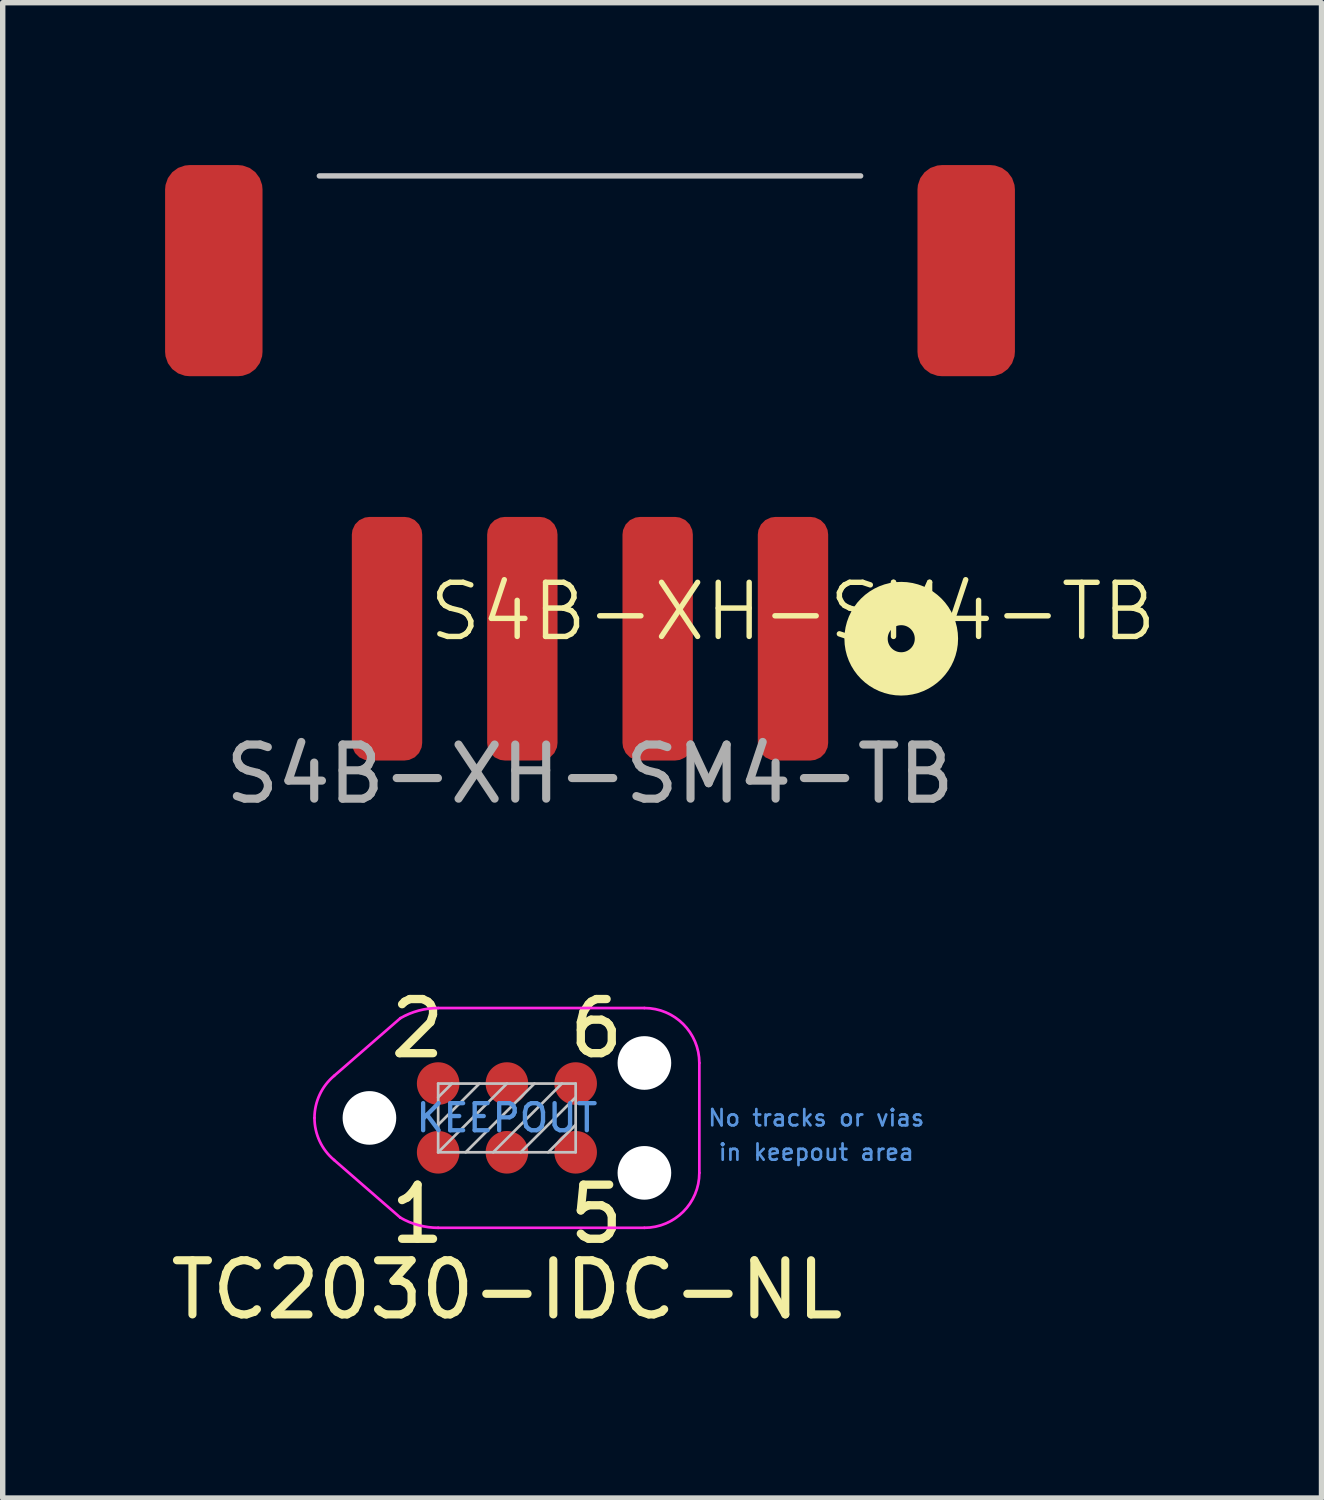
<source format=kicad_pcb>
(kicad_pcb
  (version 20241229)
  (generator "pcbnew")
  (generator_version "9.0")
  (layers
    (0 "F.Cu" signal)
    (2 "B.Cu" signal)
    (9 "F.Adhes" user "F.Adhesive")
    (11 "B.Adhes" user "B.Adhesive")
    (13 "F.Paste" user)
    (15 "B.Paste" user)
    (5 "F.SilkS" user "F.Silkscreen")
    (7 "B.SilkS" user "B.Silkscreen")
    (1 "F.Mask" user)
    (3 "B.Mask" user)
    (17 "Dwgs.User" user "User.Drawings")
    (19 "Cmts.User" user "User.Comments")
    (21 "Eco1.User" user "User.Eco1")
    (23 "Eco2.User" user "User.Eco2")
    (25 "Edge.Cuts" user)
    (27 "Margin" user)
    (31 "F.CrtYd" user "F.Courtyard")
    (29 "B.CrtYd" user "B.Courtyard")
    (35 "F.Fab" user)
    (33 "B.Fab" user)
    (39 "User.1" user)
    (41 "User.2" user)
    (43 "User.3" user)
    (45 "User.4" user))
  (footprint "TC2030-IDC-NL"
    (layer "F.Cu")
    (at 6.315 17.603)
    (property "Reference" "TC2030-IDC-NL" (at 0 3.175 0) (layer "F.SilkS") (effects (font (size 1 1) (thickness 0.15))))
    (attr exclude_from_pos_files exclude_from_bom)
    (fp_line (start -1.27 -0.381) (end -1.016 -0.635) (stroke (width 0.05) (type solid)) (layer "Dwgs.User"))
    (fp_line (start -1.27 0.127) (end -0.508 -0.635) (stroke (width 0.05) (type solid)) (layer "Dwgs.User"))
    (fp_line (start -1.27 0.635) (end -1.27 -0.635) (stroke (width 0.05) (type solid)) (layer "Dwgs.User"))
    (fp_line (start -1.27 0.635) (end 0 -0.635) (stroke (width 0.05) (type solid)) (layer "Dwgs.User"))
    (fp_line (start -0.762 0.635) (end 0.508 -0.635) (stroke (width 0.05) (type solid)) (layer "Dwgs.User"))
    (fp_line (start -0.254 0.635) (end 1.016 -0.635) (stroke (width 0.05) (type solid)) (layer "Dwgs.User"))
    (fp_line (start 0.254 0.635) (end 1.27 -0.381) (stroke (width 0.05) (type solid)) (layer "Dwgs.User"))
    (fp_line (start 0.762 0.635) (end 1.27 0.127) (stroke (width 0.05) (type solid)) (layer "Dwgs.User"))
    (fp_line (start 1.27 -0.635) (end -1.27 -0.635) (stroke (width 0.05) (type solid)) (layer "Dwgs.User"))
    (fp_line (start 1.27 -0.635) (end 1.27 0.635) (stroke (width 0.05) (type solid)) (layer "Dwgs.User"))
    (fp_line (start 1.27 0.635) (end -1.27 0.635) (stroke (width 0.05) (type solid)) (layer "Dwgs.User"))
    (fp_line (start -3.192 0.778) (end -1.968 1.843) (stroke (width 0.05) (type solid)) (layer "F.CrtYd"))
    (fp_line (start -1.968 -1.843) (end -3.192 -0.778) (stroke (width 0.05) (type solid)) (layer "F.CrtYd"))
    (fp_line (start 2.54 -2.03) (end -1.27 -2.03) (stroke (width 0.05) (type solid)) (layer "F.CrtYd"))
    (fp_line (start 2.54 2.03) (end -1.27 2.03) (stroke (width 0.05) (type solid)) (layer "F.CrtYd"))
    (fp_line (start 3.555 -1.015) (end 3.555 1.015) (stroke (width 0.05) (type solid)) (layer "F.CrtYd"))
    (fp_arc (start -3.555 0) (mid -3.459902 -0.428958) (end -3.192429 -0.777535) (stroke (width 0.05) (type solid)) (layer "F.CrtYd"))
    (fp_arc (start -3.192429 0.777535) (mid -3.459902 0.428958) (end -3.555 0) (stroke (width 0.05) (type solid)) (layer "F.CrtYd"))
    (fp_arc (start -1.9675 -1.843105) (mid -1.631053 -1.982466) (end -1.27 -2.03) (stroke (width 0.05) (type solid)) (layer "F.CrtYd"))
    (fp_arc (start -1.27 2.03) (mid -1.631053 1.982466) (end -1.9675 1.843105) (stroke (width 0.05) (type solid)) (layer "F.CrtYd"))
    (fp_arc (start 2.54 -2.03) (mid 3.257713 -1.732713) (end 3.555 -1.015) (stroke (width 0.05) (type solid)) (layer "F.CrtYd"))
    (fp_arc (start 3.555 1.015) (mid 3.257713 1.732713) (end 2.54 2.03) (stroke (width 0.05) (type solid)) (layer "F.CrtYd"))
    (fp_text user "2" (at -1.651 -1.651 0) (layer "F.SilkS") (effects (font (size 1 1) (thickness 0.153))))
    (fp_text user "1" (at -1.651 1.778 0) (layer "F.SilkS") (effects (font (size 1 1) (thickness 0.153))))
    (fp_text user "6" (at 1.651 -1.651 0) (layer "F.SilkS") (effects (font (size 1 1) (thickness 0.153))))
    (fp_text user "5" (at 1.651 1.778 0) (layer "F.SilkS") (effects (font (size 1 1) (thickness 0.153) (bold yes))))
    (fp_text user "in keepout area" (at 5.715 0.635 0) (layer "Cmts.User") (effects (font (size 0.3 0.3) (thickness 0.05))))
    (fp_text user "KEEPOUT" (at 0 0 0) (layer "Cmts.User") (effects (font (size 0.5 0.5) (thickness 0.08))))
    (fp_text user "No tracks or vias" (at 5.715 0 0) (layer "Cmts.User") (effects (font (size 0.3 0.3) (thickness 0.05))))
    (pad "" np_thru_hole circle (at -2.54 0) (size 0.991 0.991) (drill 0.991) (layers "*.Cu" "*.Mask"))
    (pad "" np_thru_hole circle (at 2.54 -1.015) (size 0.991 0.991) (drill 0.991) (layers "*.Cu" "*.Mask"))
    (pad "" np_thru_hole circle (at 2.54 1.015) (size 0.991 0.991) (drill 0.991) (layers "*.Cu" "*.Mask"))
    (pad "1" smd circle (at -1.27 0.635) (size 0.787 0.787) (layers "F.Cu" "F.Mask"))
    (pad "2" smd circle (at -1.27 -0.635) (size 0.787 0.787) (layers "F.Cu" "F.Mask"))
    (pad "3" smd circle (at 0 0.635) (size 0.787 0.787) (layers "F.Cu" "F.Mask"))
    (pad "4" smd circle (at 0 -0.635) (size 0.787 0.787) (layers "F.Cu" "F.Mask"))
    (pad "5" smd circle (at 1.27 0.635) (size 0.787 0.787) (layers "F.Cu" "F.Mask"))
    (pad "6" smd circle (at 1.27 -0.635) (size 0.787 0.787) (layers "F.Cu" "F.Mask")))
  (footprint "S4B-XH-SM4-TB"
    (layer "F.Cu")
    (at 11.6 8.75)
    (property "Reference" "S4B-XH-SM4-TB" (at 0 -0.5 0) (unlocked yes) (layer "F.SilkS") (effects (font (size 1 1) (thickness 0.1))))
    (attr smd)
    (fp_circle (center 2 0) (end 2.25 0) (stroke (width 0.8) (type default)) (fill no) (layer "F.SilkS"))
    (fp_line (start -8.75 -8.55) (end 1.25 -8.55) (stroke (width 0.1) (type default)) (layer "Dwgs.User"))
    (fp_text user "${REFERENCE}" (at -3.75 2.5 0) (unlocked yes) (layer "F.Fab") (effects (font (size 1 1) (thickness 0.15))))
    (pad "1" smd roundrect (at 0 0 90) (size 4.5 1.3) (layers "F.Cu" "F.Mask" "F.Paste") (roundrect_rratio 0.25))
    (pad "2" smd roundrect (at -2.5 0 90) (size 4.5 1.3) (layers "F.Cu" "F.Mask" "F.Paste") (roundrect_rratio 0.25))
    (pad "3" smd roundrect (at -5 0 90) (size 4.5 1.3) (layers "F.Cu" "F.Mask" "F.Paste") (roundrect_rratio 0.25))
    (pad "4" smd roundrect (at -7.5 0 90) (size 4.5 1.3) (layers "F.Cu" "F.Mask" "F.Paste") (roundrect_rratio 0.25))
    (pad "M" smd roundrect (at -10.7 -6.8 90) (size 3.9 1.8) (layers "F.Cu" "F.Mask" "F.Paste") (roundrect_rratio 0.25))
    (pad "M" smd roundrect (at 3.2 -6.8 90) (size 3.9 1.8) (layers "F.Cu" "F.Mask" "F.Paste") (roundrect_rratio 0.25)))
  (gr_rect
    (start -3 -3)
    (end 21.364 24.626)
    (stroke (width 0.1) (type default))
    (fill no)
    (layer "Edge.Cuts")))
</source>
